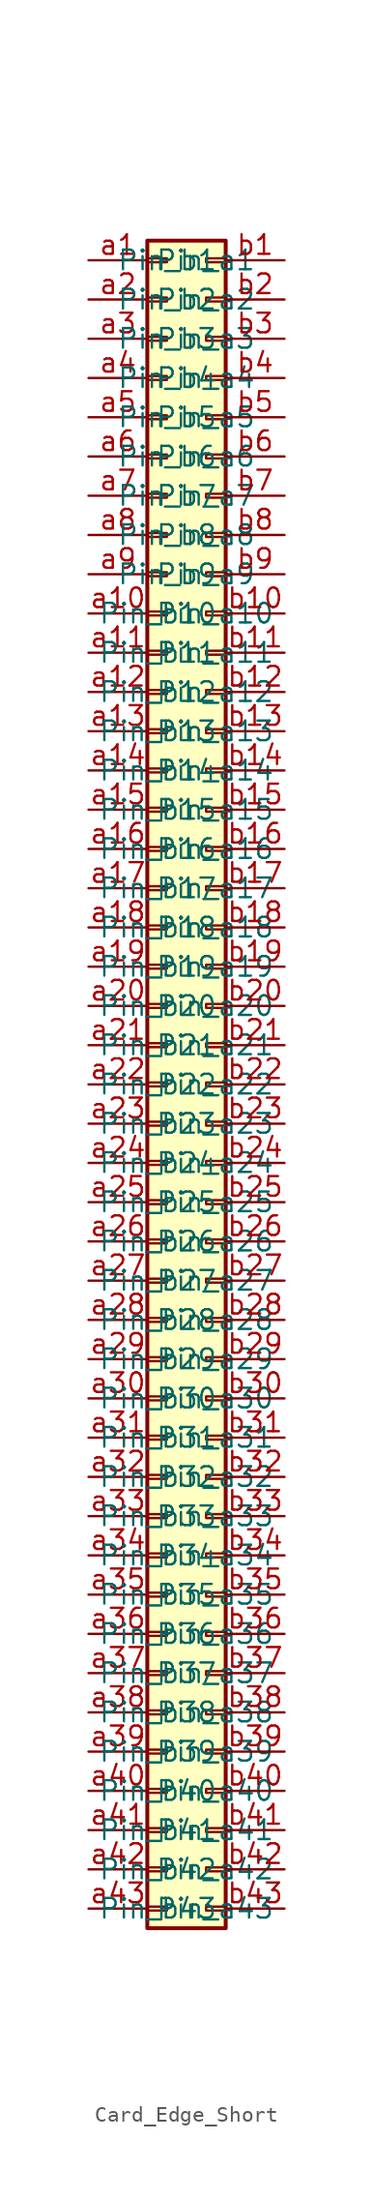
<source format=kicad_sym>
(kicad_symbol_lib
  (version 20241209)
  (generator "kicad_symbol_editor")
  (generator_version "9.0")
  (symbol "Card_Edge_Short"
    (property "Reference" "PL"
      (at 0 0 0)
      (effects (font (size 1.27 1.27)) (hide yes)))
    (property "Value" ""
      (at 0 0 0)
      (effects (font (size 1.27 1.27))))
    (symbol "Card_Edge_Short_1_1"
      (rectangle (start -2.54 54.61) (end 2.54 -54.61) (stroke (width 0.254) (type default)) (fill (type background)))
      (rectangle (start -2.54 53.467) (end -1.27 53.213) (stroke (width 0.152) (type default)) (fill (type none)))
      (rectangle (start -2.54 50.927) (end -1.27 50.673) (stroke (width 0.152) (type default)) (fill (type none)))
      (rectangle (start -2.54 48.387) (end -1.27 48.133) (stroke (width 0.152) (type default)) (fill (type none)))
      (rectangle (start -2.54 45.847) (end -1.27 45.593) (stroke (width 0.152) (type default)) (fill (type none)))
      (rectangle (start -2.54 43.307) (end -1.27 43.053) (stroke (width 0.152) (type default)) (fill (type none)))
      (rectangle (start -2.54 40.767) (end -1.27 40.513) (stroke (width 0.152) (type default)) (fill (type none)))
      (rectangle (start -2.54 38.227) (end -1.27 37.973) (stroke (width 0.152) (type default)) (fill (type none)))
      (rectangle (start -2.54 35.687) (end -1.27 35.433) (stroke (width 0.152) (type default)) (fill (type none)))
      (rectangle (start -2.54 33.147) (end -1.27 32.893) (stroke (width 0.152) (type default)) (fill (type none)))
      (rectangle (start -2.54 30.607) (end -1.27 30.353) (stroke (width 0.152) (type default)) (fill (type none)))
      (rectangle (start -2.54 28.067) (end -1.27 27.813) (stroke (width 0.152) (type default)) (fill (type none)))
      (rectangle (start -2.54 25.527) (end -1.27 25.273) (stroke (width 0.152) (type default)) (fill (type none)))
      (rectangle (start -2.54 22.987) (end -1.27 22.733) (stroke (width 0.152) (type default)) (fill (type none)))
      (rectangle (start -2.54 20.447) (end -1.27 20.193) (stroke (width 0.152) (type default)) (fill (type none)))
      (rectangle (start -2.54 17.907) (end -1.27 17.653) (stroke (width 0.152) (type default)) (fill (type none)))
      (rectangle (start -2.54 15.367) (end -1.27 15.113) (stroke (width 0.152) (type default)) (fill (type none)))
      (rectangle (start -2.54 12.827) (end -1.27 12.573) (stroke (width 0.152) (type default)) (fill (type none)))
      (rectangle (start -2.54 10.287) (end -1.27 10.033) (stroke (width 0.152) (type default)) (fill (type none)))
      (rectangle (start -2.54 7.747) (end -1.27 7.493) (stroke (width 0.152) (type default)) (fill (type none)))
      (rectangle (start -2.54 5.207) (end -1.27 4.953) (stroke (width 0.152) (type default)) (fill (type none)))
      (rectangle (start -2.54 2.667) (end -1.27 2.413) (stroke (width 0.152) (type default)) (fill (type none)))
      (rectangle (start -2.54 0.127) (end -1.27 -0.127) (stroke (width 0.152) (type default)) (fill (type none)))
      (rectangle (start -2.54 -2.413) (end -1.27 -2.667) (stroke (width 0.152) (type default)) (fill (type none)))
      (rectangle (start -2.54 -4.953) (end -1.27 -5.207) (stroke (width 0.152) (type default)) (fill (type none)))
      (rectangle (start -2.54 -7.493) (end -1.27 -7.747) (stroke (width 0.152) (type default)) (fill (type none)))
      (rectangle (start -2.54 -10.033) (end -1.27 -10.287) (stroke (width 0.152) (type default)) (fill (type none)))
      (rectangle (start -2.54 -12.573) (end -1.27 -12.827) (stroke (width 0.152) (type default)) (fill (type none)))
      (rectangle (start -2.54 -15.113) (end -1.27 -15.367) (stroke (width 0.152) (type default)) (fill (type none)))
      (rectangle (start -2.54 -17.653) (end -1.27 -17.907) (stroke (width 0.152) (type default)) (fill (type none)))
      (rectangle (start -2.54 -20.193) (end -1.27 -20.447) (stroke (width 0.152) (type default)) (fill (type none)))
      (rectangle (start -2.54 -22.733) (end -1.27 -22.987) (stroke (width 0.152) (type default)) (fill (type none)))
      (rectangle (start -2.54 -25.273) (end -1.27 -25.527) (stroke (width 0.152) (type default)) (fill (type none)))
      (rectangle (start -2.54 -27.813) (end -1.27 -28.067) (stroke (width 0.152) (type default)) (fill (type none)))
      (rectangle (start -2.54 -30.353) (end -1.27 -30.607) (stroke (width 0.152) (type default)) (fill (type none)))
      (rectangle (start -2.54 -32.893) (end -1.27 -33.147) (stroke (width 0.152) (type default)) (fill (type none)))
      (rectangle (start -2.54 -35.433) (end -1.27 -35.687) (stroke (width 0.152) (type default)) (fill (type none)))
      (rectangle (start -2.54 -37.973) (end -1.27 -38.227) (stroke (width 0.152) (type default)) (fill (type none)))
      (rectangle (start -2.54 -40.513) (end -1.27 -40.767) (stroke (width 0.152) (type default)) (fill (type none)))
      (rectangle (start -2.54 -43.053) (end -1.27 -43.307) (stroke (width 0.152) (type default)) (fill (type none)))
      (rectangle (start -2.54 -45.593) (end -1.27 -45.847) (stroke (width 0.152) (type default)) (fill (type none)))
      (rectangle (start -2.54 -48.133) (end -1.27 -48.387) (stroke (width 0.152) (type default)) (fill (type none)))
      (rectangle (start -2.54 -50.673) (end -1.27 -50.927) (stroke (width 0.152) (type default)) (fill (type none)))
      (rectangle (start -2.54 -53.213) (end -1.27 -53.467) (stroke (width 0.152) (type default)) (fill (type none)))
      (rectangle (start 2.54 53.467) (end 1.27 53.213) (stroke (width 0.152) (type default)) (fill (type none)))
      (rectangle (start 2.54 50.927) (end 1.27 50.673) (stroke (width 0.152) (type default)) (fill (type none)))
      (rectangle (start 2.54 48.387) (end 1.27 48.133) (stroke (width 0.152) (type default)) (fill (type none)))
      (rectangle (start 2.54 45.847) (end 1.27 45.593) (stroke (width 0.152) (type default)) (fill (type none)))
      (rectangle (start 2.54 43.307) (end 1.27 43.053) (stroke (width 0.152) (type default)) (fill (type none)))
      (rectangle (start 2.54 40.767) (end 1.27 40.513) (stroke (width 0.152) (type default)) (fill (type none)))
      (rectangle (start 2.54 38.227) (end 1.27 37.973) (stroke (width 0.152) (type default)) (fill (type none)))
      (rectangle (start 2.54 35.687) (end 1.27 35.433) (stroke (width 0.152) (type default)) (fill (type none)))
      (rectangle (start 2.54 33.147) (end 1.27 32.893) (stroke (width 0.152) (type default)) (fill (type none)))
      (rectangle (start 2.54 30.607) (end 1.27 30.353) (stroke (width 0.152) (type default)) (fill (type none)))
      (rectangle (start 2.54 28.067) (end 1.27 27.813) (stroke (width 0.152) (type default)) (fill (type none)))
      (rectangle (start 2.54 25.527) (end 1.27 25.273) (stroke (width 0.152) (type default)) (fill (type none)))
      (rectangle (start 2.54 22.987) (end 1.27 22.733) (stroke (width 0.152) (type default)) (fill (type none)))
      (rectangle (start 2.54 20.447) (end 1.27 20.193) (stroke (width 0.152) (type default)) (fill (type none)))
      (rectangle (start 2.54 17.907) (end 1.27 17.653) (stroke (width 0.152) (type default)) (fill (type none)))
      (rectangle (start 2.54 15.367) (end 1.27 15.113) (stroke (width 0.152) (type default)) (fill (type none)))
      (rectangle (start 2.54 12.827) (end 1.27 12.573) (stroke (width 0.152) (type default)) (fill (type none)))
      (rectangle (start 2.54 10.287) (end 1.27 10.033) (stroke (width 0.152) (type default)) (fill (type none)))
      (rectangle (start 2.54 7.747) (end 1.27 7.493) (stroke (width 0.152) (type default)) (fill (type none)))
      (rectangle (start 2.54 5.207) (end 1.27 4.953) (stroke (width 0.152) (type default)) (fill (type none)))
      (rectangle (start 2.54 2.667) (end 1.27 2.413) (stroke (width 0.152) (type default)) (fill (type none)))
      (rectangle (start 2.54 0.127) (end 1.27 -0.127) (stroke (width 0.152) (type default)) (fill (type none)))
      (rectangle (start 2.54 -2.413) (end 1.27 -2.667) (stroke (width 0.152) (type default)) (fill (type none)))
      (rectangle (start 2.54 -4.953) (end 1.27 -5.207) (stroke (width 0.152) (type default)) (fill (type none)))
      (rectangle (start 2.54 -7.493) (end 1.27 -7.747) (stroke (width 0.152) (type default)) (fill (type none)))
      (rectangle (start 2.54 -10.033) (end 1.27 -10.287) (stroke (width 0.152) (type default)) (fill (type none)))
      (rectangle (start 2.54 -12.573) (end 1.27 -12.827) (stroke (width 0.152) (type default)) (fill (type none)))
      (rectangle (start 2.54 -15.113) (end 1.27 -15.367) (stroke (width 0.152) (type default)) (fill (type none)))
      (rectangle (start 2.54 -17.653) (end 1.27 -17.907) (stroke (width 0.152) (type default)) (fill (type none)))
      (rectangle (start 2.54 -20.193) (end 1.27 -20.447) (stroke (width 0.152) (type default)) (fill (type none)))
      (rectangle (start 2.54 -22.733) (end 1.27 -22.987) (stroke (width 0.152) (type default)) (fill (type none)))
      (rectangle (start 2.54 -25.273) (end 1.27 -25.527) (stroke (width 0.152) (type default)) (fill (type none)))
      (rectangle (start 2.54 -27.813) (end 1.27 -28.067) (stroke (width 0.152) (type default)) (fill (type none)))
      (rectangle (start 2.54 -30.353) (end 1.27 -30.607) (stroke (width 0.152) (type default)) (fill (type none)))
      (rectangle (start 2.54 -32.893) (end 1.27 -33.147) (stroke (width 0.152) (type default)) (fill (type none)))
      (rectangle (start 2.54 -35.433) (end 1.27 -35.687) (stroke (width 0.152) (type default)) (fill (type none)))
      (rectangle (start 2.54 -37.973) (end 1.27 -38.227) (stroke (width 0.152) (type default)) (fill (type none)))
      (rectangle (start 2.54 -40.513) (end 1.27 -40.767) (stroke (width 0.152) (type default)) (fill (type none)))
      (rectangle (start 2.54 -43.053) (end 1.27 -43.307) (stroke (width 0.152) (type default)) (fill (type none)))
      (rectangle (start 2.54 -45.593) (end 1.27 -45.847) (stroke (width 0.152) (type default)) (fill (type none)))
      (rectangle (start 2.54 -48.133) (end 1.27 -48.387) (stroke (width 0.152) (type default)) (fill (type none)))
      (rectangle (start 2.54 -50.673) (end 1.27 -50.927) (stroke (width 0.152) (type default)) (fill (type none)))
      (rectangle (start 2.54 -53.213) (end 1.27 -53.467) (stroke (width 0.152) (type default)) (fill (type none)))
      (pin passive line (at -6.35 53.34 0) (length 3.81) (name "Pin_a1" (effects (font (size 1.27 1.27)))) (number "a1" (effects (font (size 1.27 1.27)))))
      (pin passive line (at -6.35 50.8 0) (length 3.81) (name "Pin_a2" (effects (font (size 1.27 1.27)))) (number "a2" (effects (font (size 1.27 1.27)))))
      (pin passive line (at -6.35 48.26 0) (length 3.81) (name "Pin_a3" (effects (font (size 1.27 1.27)))) (number "a3" (effects (font (size 1.27 1.27)))))
      (pin passive line (at -6.35 45.72 0) (length 3.81) (name "Pin_a4" (effects (font (size 1.27 1.27)))) (number "a4" (effects (font (size 1.27 1.27)))))
      (pin passive line (at -6.35 43.18 0) (length 3.81) (name "Pin_a5" (effects (font (size 1.27 1.27)))) (number "a5" (effects (font (size 1.27 1.27)))))
      (pin passive line (at -6.35 40.64 0) (length 3.81) (name "Pin_a6" (effects (font (size 1.27 1.27)))) (number "a6" (effects (font (size 1.27 1.27)))))
      (pin passive line (at -6.35 38.1 0) (length 3.81) (name "Pin_a7" (effects (font (size 1.27 1.27)))) (number "a7" (effects (font (size 1.27 1.27)))))
      (pin passive line (at -6.35 35.56 0) (length 3.81) (name "Pin_a8" (effects (font (size 1.27 1.27)))) (number "a8" (effects (font (size 1.27 1.27)))))
      (pin passive line (at -6.35 33.02 0) (length 3.81) (name "Pin_a9" (effects (font (size 1.27 1.27)))) (number "a9" (effects (font (size 1.27 1.27)))))
      (pin passive line (at -6.35 30.48 0) (length 3.81) (name "Pin_a10" (effects (font (size 1.27 1.27)))) (number "a10" (effects (font (size 1.27 1.27)))))
      (pin passive line (at -6.35 27.94 0) (length 3.81) (name "Pin_a11" (effects (font (size 1.27 1.27)))) (number "a11" (effects (font (size 1.27 1.27)))))
      (pin passive line (at -6.35 25.4 0) (length 3.81) (name "Pin_a12" (effects (font (size 1.27 1.27)))) (number "a12" (effects (font (size 1.27 1.27)))))
      (pin passive line (at -6.35 22.86 0) (length 3.81) (name "Pin_a13" (effects (font (size 1.27 1.27)))) (number "a13" (effects (font (size 1.27 1.27)))))
      (pin passive line (at -6.35 20.32 0) (length 3.81) (name "Pin_a14" (effects (font (size 1.27 1.27)))) (number "a14" (effects (font (size 1.27 1.27)))))
      (pin passive line (at -6.35 17.78 0) (length 3.81) (name "Pin_a15" (effects (font (size 1.27 1.27)))) (number "a15" (effects (font (size 1.27 1.27)))))
      (pin passive line (at -6.35 15.24 0) (length 3.81) (name "Pin_a16" (effects (font (size 1.27 1.27)))) (number "a16" (effects (font (size 1.27 1.27)))))
      (pin passive line (at -6.35 12.7 0) (length 3.81) (name "Pin_a17" (effects (font (size 1.27 1.27)))) (number "a17" (effects (font (size 1.27 1.27)))))
      (pin passive line (at -6.35 10.16 0) (length 3.81) (name "Pin_a18" (effects (font (size 1.27 1.27)))) (number "a18" (effects (font (size 1.27 1.27)))))
      (pin passive line (at -6.35 7.62 0) (length 3.81) (name "Pin_a19" (effects (font (size 1.27 1.27)))) (number "a19" (effects (font (size 1.27 1.27)))))
      (pin passive line (at -6.35 5.08 0) (length 3.81) (name "Pin_a20" (effects (font (size 1.27 1.27)))) (number "a20" (effects (font (size 1.27 1.27)))))
      (pin passive line (at -6.35 2.54 0) (length 3.81) (name "Pin_a21" (effects (font (size 1.27 1.27)))) (number "a21" (effects (font (size 1.27 1.27)))))
      (pin passive line (at -6.35 0 0) (length 3.81) (name "Pin_a22" (effects (font (size 1.27 1.27)))) (number "a22" (effects (font (size 1.27 1.27)))))
      (pin passive line (at -6.35 -2.54 0) (length 3.81) (name "Pin_a23" (effects (font (size 1.27 1.27)))) (number "a23" (effects (font (size 1.27 1.27)))))
      (pin passive line (at -6.35 -5.08 0) (length 3.81) (name "Pin_a24" (effects (font (size 1.27 1.27)))) (number "a24" (effects (font (size 1.27 1.27)))))
      (pin passive line (at -6.35 -7.62 0) (length 3.81) (name "Pin_a25" (effects (font (size 1.27 1.27)))) (number "a25" (effects (font (size 1.27 1.27)))))
      (pin passive line (at -6.35 -10.16 0) (length 3.81) (name "Pin_a26" (effects (font (size 1.27 1.27)))) (number "a26" (effects (font (size 1.27 1.27)))))
      (pin passive line (at -6.35 -12.7 0) (length 3.81) (name "Pin_a27" (effects (font (size 1.27 1.27)))) (number "a27" (effects (font (size 1.27 1.27)))))
      (pin passive line (at -6.35 -15.24 0) (length 3.81) (name "Pin_a28" (effects (font (size 1.27 1.27)))) (number "a28" (effects (font (size 1.27 1.27)))))
      (pin passive line (at -6.35 -17.78 0) (length 3.81) (name "Pin_a29" (effects (font (size 1.27 1.27)))) (number "a29" (effects (font (size 1.27 1.27)))))
      (pin passive line (at -6.35 -20.32 0) (length 3.81) (name "Pin_a30" (effects (font (size 1.27 1.27)))) (number "a30" (effects (font (size 1.27 1.27)))))
      (pin passive line (at -6.35 -22.86 0) (length 3.81) (name "Pin_a31" (effects (font (size 1.27 1.27)))) (number "a31" (effects (font (size 1.27 1.27)))))
      (pin passive line (at -6.35 -25.4 0) (length 3.81) (name "Pin_a32" (effects (font (size 1.27 1.27)))) (number "a32" (effects (font (size 1.27 1.27)))))
      (pin passive line (at -6.35 -27.94 0) (length 3.81) (name "Pin_a33" (effects (font (size 1.27 1.27)))) (number "a33" (effects (font (size 1.27 1.27)))))
      (pin passive line (at -6.35 -30.48 0) (length 3.81) (name "Pin_a34" (effects (font (size 1.27 1.27)))) (number "a34" (effects (font (size 1.27 1.27)))))
      (pin passive line (at -6.35 -33.02 0) (length 3.81) (name "Pin_a35" (effects (font (size 1.27 1.27)))) (number "a35" (effects (font (size 1.27 1.27)))))
      (pin passive line (at -6.35 -35.56 0) (length 3.81) (name "Pin_a36" (effects (font (size 1.27 1.27)))) (number "a36" (effects (font (size 1.27 1.27)))))
      (pin passive line (at -6.35 -38.1 0) (length 3.81) (name "Pin_a37" (effects (font (size 1.27 1.27)))) (number "a37" (effects (font (size 1.27 1.27)))))
      (pin passive line (at -6.35 -40.64 0) (length 3.81) (name "Pin_a38" (effects (font (size 1.27 1.27)))) (number "a38" (effects (font (size 1.27 1.27)))))
      (pin passive line (at -6.35 -43.18 0) (length 3.81) (name "Pin_a39" (effects (font (size 1.27 1.27)))) (number "a39" (effects (font (size 1.27 1.27)))))
      (pin passive line (at -6.35 -45.72 0) (length 3.81) (name "Pin_a40" (effects (font (size 1.27 1.27)))) (number "a40" (effects (font (size 1.27 1.27)))))
      (pin passive line (at -6.35 -48.26 0) (length 3.81) (name "Pin_a41" (effects (font (size 1.27 1.27)))) (number "a41" (effects (font (size 1.27 1.27)))))
      (pin passive line (at -6.35 -50.8 0) (length 3.81) (name "Pin_a42" (effects (font (size 1.27 1.27)))) (number "a42" (effects (font (size 1.27 1.27)))))
      (pin passive line (at -6.35 -53.34 0) (length 3.81) (name "Pin_a43" (effects (font (size 1.27 1.27)))) (number "a43" (effects (font (size 1.27 1.27)))))
      (pin passive line (at 6.35 53.34 180) (length 3.81) (name "Pin_b1" (effects (font (size 1.27 1.27)))) (number "b1" (effects (font (size 1.27 1.27)))))
      (pin passive line (at 6.35 50.8 180) (length 3.81) (name "Pin_b2" (effects (font (size 1.27 1.27)))) (number "b2" (effects (font (size 1.27 1.27)))))
      (pin passive line (at 6.35 48.26 180) (length 3.81) (name "Pin_b3" (effects (font (size 1.27 1.27)))) (number "b3" (effects (font (size 1.27 1.27)))))
      (pin passive line (at 6.35 45.72 180) (length 3.81) (name "Pin_b4" (effects (font (size 1.27 1.27)))) (number "b4" (effects (font (size 1.27 1.27)))))
      (pin passive line (at 6.35 43.18 180) (length 3.81) (name "Pin_b5" (effects (font (size 1.27 1.27)))) (number "b5" (effects (font (size 1.27 1.27)))))
      (pin passive line (at 6.35 40.64 180) (length 3.81) (name "Pin_b6" (effects (font (size 1.27 1.27)))) (number "b6" (effects (font (size 1.27 1.27)))))
      (pin passive line (at 6.35 38.1 180) (length 3.81) (name "Pin_b7" (effects (font (size 1.27 1.27)))) (number "b7" (effects (font (size 1.27 1.27)))))
      (pin passive line (at 6.35 35.56 180) (length 3.81) (name "Pin_b8" (effects (font (size 1.27 1.27)))) (number "b8" (effects (font (size 1.27 1.27)))))
      (pin passive line (at 6.35 33.02 180) (length 3.81) (name "Pin_b9" (effects (font (size 1.27 1.27)))) (number "b9" (effects (font (size 1.27 1.27)))))
      (pin passive line (at 6.35 30.48 180) (length 3.81) (name "Pin_b10" (effects (font (size 1.27 1.27)))) (number "b10" (effects (font (size 1.27 1.27)))))
      (pin passive line (at 6.35 27.94 180) (length 3.81) (name "Pin_b11" (effects (font (size 1.27 1.27)))) (number "b11" (effects (font (size 1.27 1.27)))))
      (pin passive line (at 6.35 25.4 180) (length 3.81) (name "Pin_b12" (effects (font (size 1.27 1.27)))) (number "b12" (effects (font (size 1.27 1.27)))))
      (pin passive line (at 6.35 22.86 180) (length 3.81) (name "Pin_b13" (effects (font (size 1.27 1.27)))) (number "b13" (effects (font (size 1.27 1.27)))))
      (pin passive line (at 6.35 20.32 180) (length 3.81) (name "Pin_b14" (effects (font (size 1.27 1.27)))) (number "b14" (effects (font (size 1.27 1.27)))))
      (pin passive line (at 6.35 17.78 180) (length 3.81) (name "Pin_b15" (effects (font (size 1.27 1.27)))) (number "b15" (effects (font (size 1.27 1.27)))))
      (pin passive line (at 6.35 15.24 180) (length 3.81) (name "Pin_b16" (effects (font (size 1.27 1.27)))) (number "b16" (effects (font (size 1.27 1.27)))))
      (pin passive line (at 6.35 12.7 180) (length 3.81) (name "Pin_b17" (effects (font (size 1.27 1.27)))) (number "b17" (effects (font (size 1.27 1.27)))))
      (pin passive line (at 6.35 10.16 180) (length 3.81) (name "Pin_b18" (effects (font (size 1.27 1.27)))) (number "b18" (effects (font (size 1.27 1.27)))))
      (pin passive line (at 6.35 7.62 180) (length 3.81) (name "Pin_b19" (effects (font (size 1.27 1.27)))) (number "b19" (effects (font (size 1.27 1.27)))))
      (pin passive line (at 6.35 5.08 180) (length 3.81) (name "Pin_b20" (effects (font (size 1.27 1.27)))) (number "b20" (effects (font (size 1.27 1.27)))))
      (pin passive line (at 6.35 2.54 180) (length 3.81) (name "Pin_b21" (effects (font (size 1.27 1.27)))) (number "b21" (effects (font (size 1.27 1.27)))))
      (pin passive line (at 6.35 0 180) (length 3.81) (name "Pin_b22" (effects (font (size 1.27 1.27)))) (number "b22" (effects (font (size 1.27 1.27)))))
      (pin passive line (at 6.35 -2.54 180) (length 3.81) (name "Pin_b23" (effects (font (size 1.27 1.27)))) (number "b23" (effects (font (size 1.27 1.27)))))
      (pin passive line (at 6.35 -5.08 180) (length 3.81) (name "Pin_b24" (effects (font (size 1.27 1.27)))) (number "b24" (effects (font (size 1.27 1.27)))))
      (pin passive line (at 6.35 -7.62 180) (length 3.81) (name "Pin_b25" (effects (font (size 1.27 1.27)))) (number "b25" (effects (font (size 1.27 1.27)))))
      (pin passive line (at 6.35 -10.16 180) (length 3.81) (name "Pin_b26" (effects (font (size 1.27 1.27)))) (number "b26" (effects (font (size 1.27 1.27)))))
      (pin passive line (at 6.35 -12.7 180) (length 3.81) (name "Pin_b27" (effects (font (size 1.27 1.27)))) (number "b27" (effects (font (size 1.27 1.27)))))
      (pin passive line (at 6.35 -15.24 180) (length 3.81) (name "Pin_b28" (effects (font (size 1.27 1.27)))) (number "b28" (effects (font (size 1.27 1.27)))))
      (pin passive line (at 6.35 -17.78 180) (length 3.81) (name "Pin_b29" (effects (font (size 1.27 1.27)))) (number "b29" (effects (font (size 1.27 1.27)))))
      (pin passive line (at 6.35 -20.32 180) (length 3.81) (name "Pin_b30" (effects (font (size 1.27 1.27)))) (number "b30" (effects (font (size 1.27 1.27)))))
      (pin passive line (at 6.35 -22.86 180) (length 3.81) (name "Pin_b31" (effects (font (size 1.27 1.27)))) (number "b31" (effects (font (size 1.27 1.27)))))
      (pin passive line (at 6.35 -25.4 180) (length 3.81) (name "Pin_b32" (effects (font (size 1.27 1.27)))) (number "b32" (effects (font (size 1.27 1.27)))))
      (pin passive line (at 6.35 -27.94 180) (length 3.81) (name "Pin_b33" (effects (font (size 1.27 1.27)))) (number "b33" (effects (font (size 1.27 1.27)))))
      (pin passive line (at 6.35 -30.48 180) (length 3.81) (name "Pin_b34" (effects (font (size 1.27 1.27)))) (number "b34" (effects (font (size 1.27 1.27)))))
      (pin passive line (at 6.35 -33.02 180) (length 3.81) (name "Pin_b35" (effects (font (size 1.27 1.27)))) (number "b35" (effects (font (size 1.27 1.27)))))
      (pin passive line (at 6.35 -35.56 180) (length 3.81) (name "Pin_b36" (effects (font (size 1.27 1.27)))) (number "b36" (effects (font (size 1.27 1.27)))))
      (pin passive line (at 6.35 -38.1 180) (length 3.81) (name "Pin_b37" (effects (font (size 1.27 1.27)))) (number "b37" (effects (font (size 1.27 1.27)))))
      (pin passive line (at 6.35 -40.64 180) (length 3.81) (name "Pin_b38" (effects (font (size 1.27 1.27)))) (number "b38" (effects (font (size 1.27 1.27)))))
      (pin passive line (at 6.35 -43.18 180) (length 3.81) (name "Pin_b39" (effects (font (size 1.27 1.27)))) (number "b39" (effects (font (size 1.27 1.27)))))
      (pin passive line (at 6.35 -45.72 180) (length 3.81) (name "Pin_b40" (effects (font (size 1.27 1.27)))) (number "b40" (effects (font (size 1.27 1.27)))))
      (pin passive line (at 6.35 -48.26 180) (length 3.81) (name "Pin_b41" (effects (font (size 1.27 1.27)))) (number "b41" (effects (font (size 1.27 1.27)))))
      (pin passive line (at 6.35 -50.8 180) (length 3.81) (name "Pin_b42" (effects (font (size 1.27 1.27)))) (number "b42" (effects (font (size 1.27 1.27)))))
      (pin passive line (at 6.35 -53.34 180) (length 3.81) (name "Pin_b43" (effects (font (size 1.27 1.27)))) (number "b43" (effects (font (size 1.27 1.27))))))))
</source>
